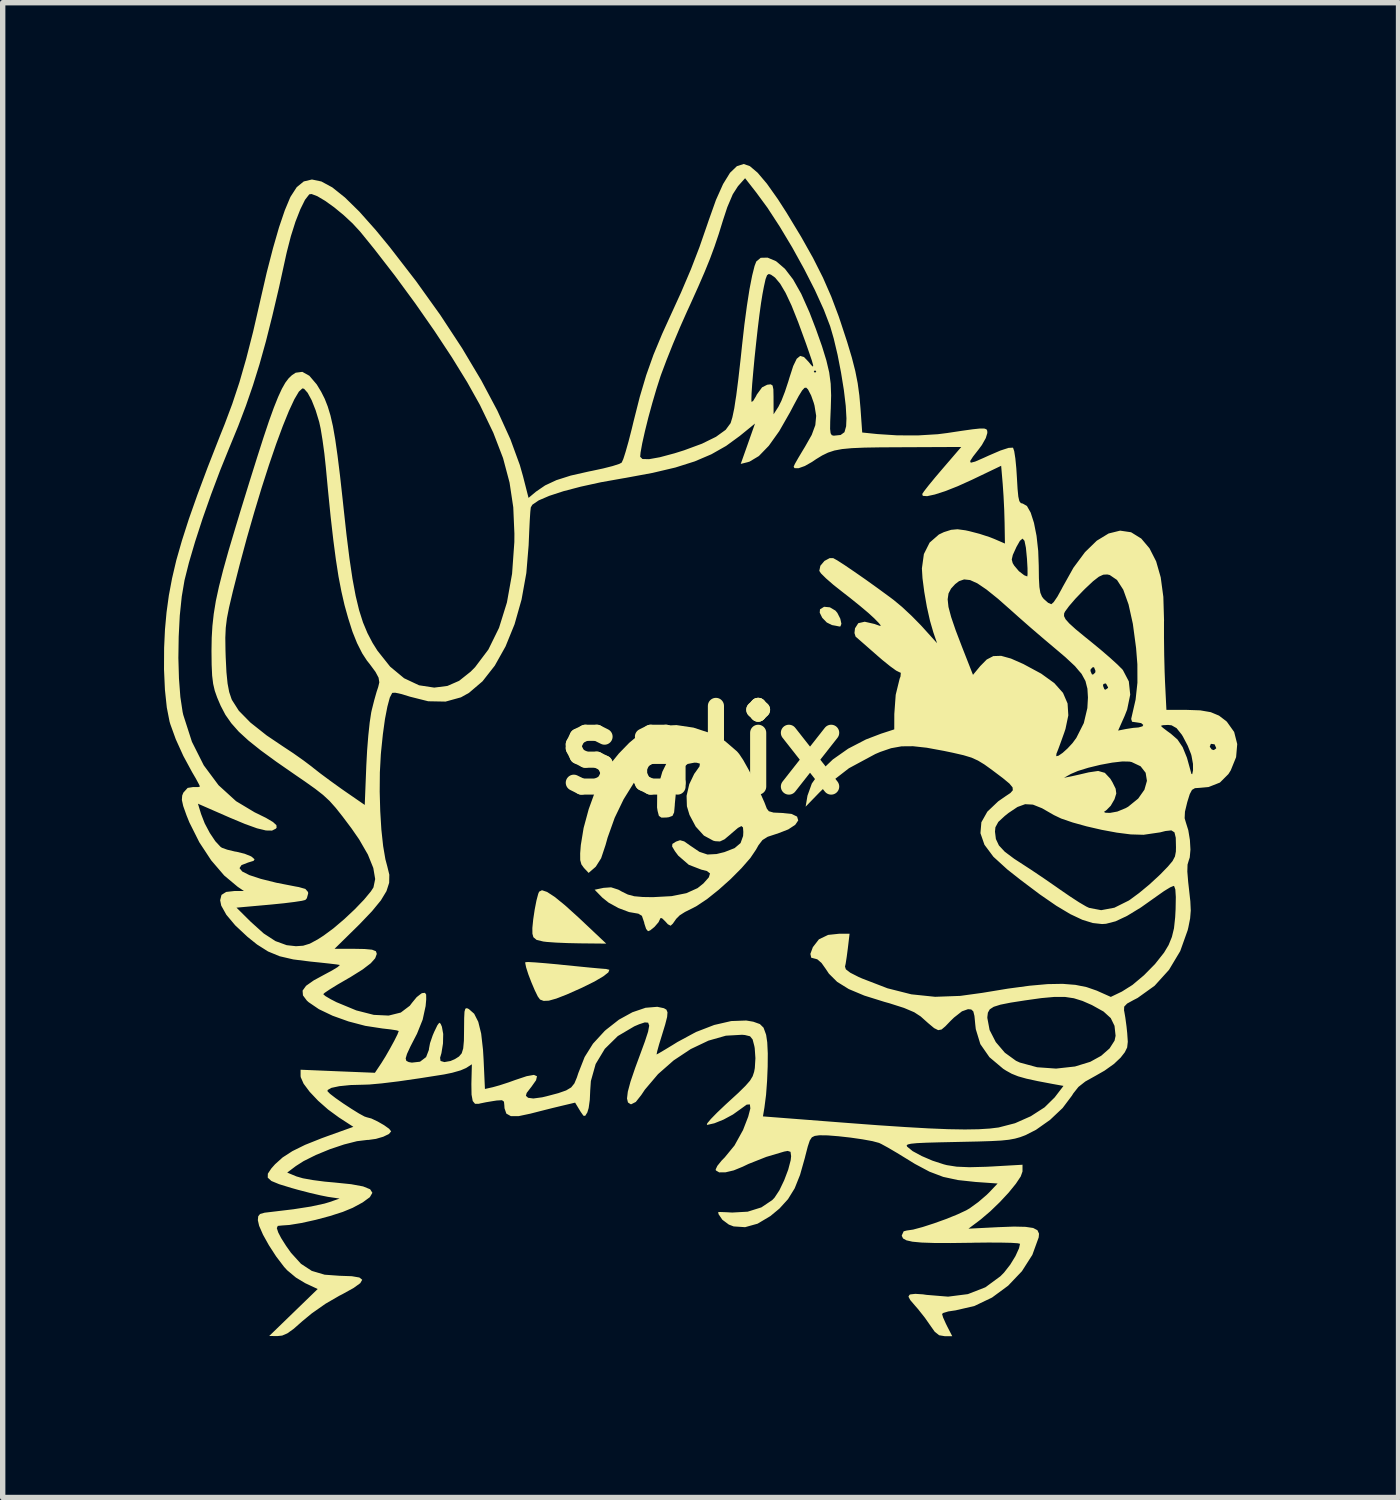
<source format=kicad_pcb>
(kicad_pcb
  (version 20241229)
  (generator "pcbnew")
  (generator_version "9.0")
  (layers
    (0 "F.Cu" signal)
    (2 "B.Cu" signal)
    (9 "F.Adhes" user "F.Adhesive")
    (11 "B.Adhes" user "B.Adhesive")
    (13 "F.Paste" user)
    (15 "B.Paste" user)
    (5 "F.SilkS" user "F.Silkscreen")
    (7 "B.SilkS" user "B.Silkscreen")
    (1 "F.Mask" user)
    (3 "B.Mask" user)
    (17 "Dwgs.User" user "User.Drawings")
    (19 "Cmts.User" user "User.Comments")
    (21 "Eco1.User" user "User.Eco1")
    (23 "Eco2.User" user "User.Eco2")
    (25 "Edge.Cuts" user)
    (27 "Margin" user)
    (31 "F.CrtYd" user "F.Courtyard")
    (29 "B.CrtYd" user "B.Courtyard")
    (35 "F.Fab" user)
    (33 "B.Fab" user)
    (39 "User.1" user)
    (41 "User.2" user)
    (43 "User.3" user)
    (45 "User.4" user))
  (footprint "salix"
    (layer "F.Cu")
    (at 9.978 10.899)
    (property "Reference" "salix" (at 0 0 0) (layer "F.SilkS") (effects (font (size 1.5 1.5) (thickness 0.3))))
    (attr board_only exclude_from_pos_files exclude_from_bom)
    (fp_poly (pts (xy 2.405 -2.655) (xy 2.508 -2.594) (xy 2.544 -2.551) (xy 2.599 -2.442) (xy 2.619 -2.349) (xy 2.601 -2.3) (xy 2.584 -2.298) (xy 2.515 -2.312) (xy 2.443 -2.325) (xy 2.347 -2.373) (xy 2.263 -2.46) (xy 2.216 -2.555) (xy 2.221 -2.617) (xy 2.297 -2.665)) (stroke (width 0) (type solid)) (fill yes) (layer "F.SilkS"))
    (fp_poly (pts (xy -2.854 2.638) (xy -2.713 2.73) (xy -2.52 2.887) (xy -2.272 3.111) (xy -2.222 3.158) (xy -1.754 3.599) (xy -2.245 3.594) (xy -2.473 3.589) (xy -2.687 3.58) (xy -2.856 3.568) (xy -2.924 3.56) (xy -3.049 3.53) (xy -3.109 3.48) (xy -3.127 3.415) (xy -3.128 3.308) (xy -3.112 3.148) (xy -3.085 2.968) (xy -3.052 2.798) (xy -3.019 2.673) (xy -3.002 2.633) (xy -2.949 2.606)) (stroke (width 0) (type solid)) (fill yes) (layer "F.SilkS"))
    (fp_poly (pts (xy -3.079 3.948) (xy -2.892 3.963) (xy -2.662 3.984) (xy -2.538 3.997) (xy -2.287 4.022) (xy -2.065 4.044) (xy -1.89 4.06) (xy -1.782 4.069) (xy -1.759 4.07) (xy -1.696 4.086) (xy -1.715 4.134) (xy -1.808 4.207) (xy -1.971 4.303) (xy -2.197 4.415) (xy -2.225 4.428) (xy -2.488 4.545) (xy -2.683 4.621) (xy -2.822 4.66) (xy -2.919 4.664) (xy -2.985 4.639) (xy -3.027 4.582) (xy -3.083 4.467) (xy -3.145 4.321) (xy -3.203 4.17) (xy -3.244 4.041) (xy -3.261 3.958) (xy -3.257 3.944) (xy -3.206 3.941)) (stroke (width 0) (type solid)) (fill yes) (layer "F.SilkS"))
    (fp_poly (pts (xy -0.132 -0.418) (xy 0.176 -0.317) (xy 0.454 -0.168) (xy 0.678 0.025) (xy 0.718 0.072) (xy 0.794 0.186) (xy 0.892 0.361) (xy 1 0.568) (xy 1.103 0.782) (xy 1.189 0.976) (xy 1.232 1.088) (xy 1.27 1.137) (xy 1.357 1.162) (xy 1.513 1.169) (xy 1.514 1.169) (xy 1.695 1.188) (xy 1.795 1.237) (xy 1.816 1.308) (xy 1.76 1.39) (xy 1.631 1.475) (xy 1.43 1.553) (xy 1.403 1.561) (xy 1.248 1.612) (xy 1.151 1.673) (xy 1.076 1.771) (xy 1.032 1.85) (xy 0.926 2.007) (xy 0.761 2.196) (xy 0.559 2.399) (xy 0.339 2.596) (xy 0.123 2.769) (xy -0.07 2.898) (xy -0.135 2.933) (xy -0.289 3.01) (xy -0.386 3.071) (xy -0.453 3.138) (xy -0.516 3.228) (xy -0.557 3.266) (xy -0.608 3.239) (xy -0.655 3.187) (xy -0.718 3.126) (xy -0.748 3.125) (xy -0.748 3.129) (xy -0.781 3.2) (xy -0.855 3.286) (xy -0.936 3.352) (xy -0.977 3.368) (xy -1.012 3.327) (xy -1.045 3.227) (xy -1.049 3.204) (xy -1.091 3.082) (xy -1.159 3.041) (xy -1.163 3.041) (xy -1.33 3.012) (xy -1.526 2.938) (xy -1.71 2.837) (xy -1.825 2.745) (xy -1.97 2.597) (xy -1.805 2.562) (xy -1.664 2.552) (xy -1.53 2.595) (xy -1.463 2.632) (xy -1.353 2.686) (xy -1.234 2.718) (xy -1.075 2.732) (xy -0.889 2.735) (xy -0.538 2.716) (xy -0.264 2.661) (xy -0.056 2.567) (xy 0.054 2.479) (xy 0.154 2.366) (xy 0.176 2.294) (xy 0.118 2.249) (xy 0.014 2.223) (xy -0.219 2.133) (xy -0.415 1.963) (xy -0.477 1.88) (xy -0.529 1.792) (xy -0.524 1.745) (xy -0.457 1.702) (xy -0.382 1.676) (xy -0.304 1.698) (xy -0.193 1.776) (xy -0.19 1.778) (xy -0.021 1.892) (xy 0.129 1.942) (xy 0.297 1.933) (xy 0.444 1.897) (xy 0.633 1.823) (xy 0.744 1.729) (xy 0.791 1.597) (xy 0.795 1.523) (xy 0.789 1.439) (xy 0.76 1.413) (xy 0.695 1.447) (xy 0.58 1.545) (xy 0.558 1.565) (xy 0.444 1.66) (xy 0.36 1.699) (xy 0.273 1.694) (xy 0.235 1.684) (xy 0.062 1.59) (xy -0.09 1.423) (xy -0.206 1.205) (xy -0.254 1.045) (xy -0.26 0.85) (xy -0.21 0.634) (xy -0.118 0.442) (xy -0.093 0.408) (xy -0.02 0.304) (xy -0.012 0.252) (xy -0.072 0.235) (xy -0.117 0.234) (xy -0.241 0.258) (xy -0.336 0.337) (xy -0.403 0.48) (xy -0.449 0.695) (xy -0.478 0.993) (xy -0.48 1.029) (xy -0.492 1.159) (xy -0.522 1.223) (xy -0.589 1.248) (xy -0.636 1.254) (xy -0.728 1.256) (xy -0.775 1.223) (xy -0.799 1.132) (xy -0.809 1.067) (xy -0.806 0.733) (xy -0.711 0.403) (xy -0.641 0.261) (xy -0.572 0.135) (xy -0.547 0.073) (xy -0.565 0.058) (xy -0.622 0.072) (xy -0.829 0.177) (xy -1.038 0.361) (xy -1.242 0.611) (xy -1.431 0.915) (xy -1.597 1.259) (xy -1.729 1.629) (xy -1.767 1.765) (xy -1.849 2.011) (xy -1.947 2.166) (xy -1.965 2.183) (xy -2.082 2.284) (xy -2.17 2.19) (xy -2.216 2.126) (xy -2.238 2.046) (xy -2.239 1.921) (xy -2.227 1.767) (xy -2.175 1.449) (xy -2.08 1.098) (xy -1.955 0.753) (xy -1.832 0.494) (xy -1.697 0.283) (xy -1.522 0.066) (xy -1.329 -0.133) (xy -1.14 -0.292) (xy -1.012 -0.371) (xy -0.749 -0.451) (xy -0.448 -0.465)) (stroke (width 0) (type solid)) (fill yes) (layer "F.SilkS"))
    (fp_poly (pts (xy 0.917 -10.859) (xy 1.06 -10.738) (xy 1.233 -10.534) (xy 1.437 -10.246) (xy 1.599 -9.994) (xy 1.87 -9.546) (xy 2.092 -9.151) (xy 2.276 -8.786) (xy 2.431 -8.432) (xy 2.568 -8.068) (xy 2.607 -7.952) (xy 2.725 -7.593) (xy 2.813 -7.3) (xy 2.877 -7.05) (xy 2.922 -6.822) (xy 2.953 -6.594) (xy 2.974 -6.356) (xy 3.006 -5.906) (xy 3.287 -5.877) (xy 3.657 -5.853) (xy 4.046 -5.852) (xy 4.411 -5.874) (xy 4.584 -5.896) (xy 4.862 -5.938) (xy 5.061 -5.966) (xy 5.194 -5.98) (xy 5.275 -5.98) (xy 5.316 -5.966) (xy 5.331 -5.938) (xy 5.333 -5.897) (xy 5.304 -5.802) (xy 5.232 -5.674) (xy 5.176 -5.598) (xy 5.066 -5.457) (xy 5.013 -5.374) (xy 5.025 -5.344) (xy 5.106 -5.365) (xy 5.262 -5.433) (xy 5.361 -5.478) (xy 5.577 -5.571) (xy 5.728 -5.62) (xy 5.806 -5.624) (xy 5.812 -5.62) (xy 5.833 -5.558) (xy 5.854 -5.423) (xy 5.872 -5.238) (xy 5.882 -5.08) (xy 5.895 -4.858) (xy 5.909 -4.714) (xy 5.928 -4.63) (xy 5.956 -4.593) (xy 5.992 -4.584) (xy 6.069 -4.54) (xy 6.139 -4.416) (xy 6.2 -4.226) (xy 6.248 -3.984) (xy 6.279 -3.704) (xy 6.289 -3.431) (xy 6.292 -3.195) (xy 6.301 -3.033) (xy 6.319 -2.925) (xy 6.349 -2.854) (xy 6.381 -2.812) (xy 6.463 -2.739) (xy 6.523 -2.713) (xy 6.567 -2.752) (xy 6.637 -2.855) (xy 6.718 -3.002) (xy 6.73 -3.026) (xy 6.934 -3.391) (xy 7.149 -3.681) (xy 7.368 -3.894) (xy 7.588 -4.028) (xy 7.802 -4.081) (xy 8.006 -4.051) (xy 8.195 -3.934) (xy 8.348 -3.753) (xy 8.472 -3.51) (xy 8.557 -3.213) (xy 8.606 -2.85) (xy 8.619 -2.411) (xy 8.618 -2.386) (xy 8.618 -2.091) (xy 8.622 -1.765) (xy 8.63 -1.453) (xy 8.637 -1.275) (xy 8.663 -0.748) (xy 9.03 -0.748) (xy 9.292 -0.739) (xy 9.488 -0.705) (xy 9.641 -0.641) (xy 9.776 -0.538) (xy 9.789 -0.525) (xy 9.923 -0.337) (xy 9.98 -0.112) (xy 9.959 0.132) (xy 9.859 0.378) (xy 9.816 0.446) (xy 9.658 0.604) (xy 9.447 0.687) (xy 9.282 0.702) (xy 9.194 0.708) (xy 9.139 0.74) (xy 9.097 0.819) (xy 9.051 0.967) (xy 9.008 1.145) (xy 9.002 1.267) (xy 9.024 1.343) (xy 9.07 1.49) (xy 9.1 1.672) (xy 9.11 1.852) (xy 9.097 1.997) (xy 9.08 2.048) (xy 9.056 2.129) (xy 9.052 2.259) (xy 9.068 2.454) (xy 9.083 2.586) (xy 9.108 2.813) (xy 9.116 2.983) (xy 9.104 3.131) (xy 9.072 3.293) (xy 9.059 3.348) (xy 8.92 3.738) (xy 8.711 4.087) (xy 8.443 4.383) (xy 8.128 4.609) (xy 8.054 4.647) (xy 7.932 4.714) (xy 7.878 4.771) (xy 7.875 4.841) (xy 7.88 4.864) (xy 7.899 4.975) (xy 7.921 5.138) (xy 7.934 5.262) (xy 7.945 5.424) (xy 7.933 5.531) (xy 7.889 5.62) (xy 7.811 5.72) (xy 7.687 5.837) (xy 7.513 5.961) (xy 7.345 6.057) (xy 7.155 6.163) (xy 7.027 6.264) (xy 6.931 6.385) (xy 6.906 6.426) (xy 6.733 6.656) (xy 6.499 6.877) (xy 6.237 7.062) (xy 6.04 7.162) (xy 5.944 7.198) (xy 5.848 7.225) (xy 5.735 7.246) (xy 5.592 7.261) (xy 5.403 7.271) (xy 5.152 7.279) (xy 4.825 7.286) (xy 4.781 7.287) (xy 4.45 7.294) (xy 4.202 7.301) (xy 4.027 7.309) (xy 3.914 7.32) (xy 3.853 7.334) (xy 3.832 7.352) (xy 3.842 7.375) (xy 3.944 7.458) (xy 4.11 7.548) (xy 4.312 7.635) (xy 4.521 7.703) (xy 4.578 7.718) (xy 4.762 7.747) (xy 5 7.757) (xy 5.308 7.749) (xy 5.408 7.744) (xy 5.987 7.711) (xy 5.987 7.836) (xy 5.954 7.929) (xy 5.863 8.065) (xy 5.729 8.23) (xy 5.565 8.406) (xy 5.387 8.578) (xy 5.208 8.73) (xy 5.169 8.76) (xy 4.982 8.9) (xy 5.533 8.872) (xy 5.829 8.861) (xy 6.043 8.866) (xy 6.185 8.887) (xy 6.265 8.929) (xy 6.294 8.993) (xy 6.288 9.062) (xy 6.17 9.387) (xy 5.976 9.691) (xy 5.72 9.96) (xy 5.42 10.181) (xy 5.092 10.338) (xy 4.751 10.417) (xy 4.748 10.418) (xy 4.607 10.439) (xy 4.514 10.467) (xy 4.491 10.486) (xy 4.51 10.551) (xy 4.56 10.663) (xy 4.585 10.714) (xy 4.68 10.899) (xy 4.539 10.899) (xy 4.437 10.882) (xy 4.354 10.816) (xy 4.279 10.71) (xy 4.172 10.557) (xy 4.042 10.393) (xy 3.993 10.337) (xy 3.899 10.227) (xy 3.866 10.164) (xy 3.885 10.13) (xy 3.903 10.122) (xy 3.994 10.112) (xy 4.134 10.121) (xy 4.201 10.131) (xy 4.603 10.164) (xy 4.971 10.117) (xy 5.297 9.99) (xy 5.576 9.785) (xy 5.644 9.716) (xy 5.758 9.57) (xy 5.856 9.41) (xy 5.922 9.265) (xy 5.941 9.181) (xy 5.896 9.171) (xy 5.773 9.163) (xy 5.584 9.159) (xy 5.346 9.158) (xy 5.071 9.161) (xy 5.05 9.162) (xy 4.655 9.167) (xy 4.344 9.166) (xy 4.109 9.158) (xy 3.94 9.142) (xy 3.829 9.117) (xy 3.766 9.082) (xy 3.743 9.036) (xy 3.742 9.025) (xy 3.777 8.949) (xy 3.835 8.934) (xy 3.953 8.917) (xy 4.131 8.869) (xy 4.344 8.8) (xy 4.567 8.72) (xy 4.774 8.636) (xy 4.94 8.559) (xy 5.005 8.521) (xy 5.165 8.405) (xy 5.32 8.272) (xy 5.37 8.223) (xy 5.524 8.06) (xy 5.113 8.031) (xy 4.787 7.996) (xy 4.513 7.937) (xy 4.257 7.84) (xy 3.985 7.695) (xy 3.834 7.602) (xy 3.651 7.49) (xy 3.486 7.393) (xy 3.363 7.326) (xy 3.319 7.305) (xy 3.196 7.272) (xy 3.009 7.238) (xy 2.788 7.206) (xy 2.563 7.181) (xy 2.363 7.165) (xy 2.219 7.163) (xy 2.201 7.164) (xy 2.123 7.175) (xy 2.07 7.201) (xy 2.031 7.26) (xy 1.994 7.371) (xy 1.947 7.552) (xy 1.941 7.578) (xy 1.85 7.9) (xy 1.75 8.15) (xy 1.626 8.351) (xy 1.467 8.526) (xy 1.298 8.666) (xy 1.061 8.807) (xy 0.828 8.872) (xy 0.615 8.858) (xy 0.526 8.824) (xy 0.405 8.734) (xy 0.335 8.631) (xy 0.327 8.591) (xy 0.37 8.59) (xy 0.479 8.594) (xy 0.589 8.6) (xy 0.876 8.584) (xy 1.131 8.504) (xy 1.332 8.369) (xy 1.375 8.324) (xy 1.466 8.186) (xy 1.555 8) (xy 1.63 7.802) (xy 1.676 7.627) (xy 1.684 7.552) (xy 1.673 7.471) (xy 1.62 7.454) (xy 1.555 7.466) (xy 1.222 7.565) (xy 0.889 7.697) (xy 0.785 7.747) (xy 0.617 7.816) (xy 0.464 7.852) (xy 0.346 7.853) (xy 0.285 7.817) (xy 0.281 7.798) (xy 0.312 7.732) (xy 0.392 7.633) (xy 0.449 7.575) (xy 0.631 7.353) (xy 0.79 7.065) (xy 0.886 6.817) (xy 0.926 6.664) (xy 0.917 6.589) (xy 0.858 6.593) (xy 0.749 6.672) (xy 0.746 6.674) (xy 0.602 6.777) (xy 0.428 6.871) (xy 0.257 6.94) (xy 0.124 6.97) (xy 0.117 6.97) (xy 0.124 6.941) (xy 0.191 6.861) (xy 0.307 6.742) (xy 0.462 6.595) (xy 0.513 6.548) (xy 0.703 6.374) (xy 0.834 6.245) (xy 0.919 6.148) (xy 0.969 6.065) (xy 0.996 5.983) (xy 1.009 5.913) (xy 1.02 5.729) (xy 1.007 5.542) (xy 1 5.504) (xy 0.968 5.381) (xy 0.92 5.322) (xy 0.826 5.299) (xy 0.772 5.294) (xy 0.471 5.311) (xy 0.147 5.403) (xy -0.183 5.56) (xy -0.501 5.771) (xy -0.791 6.026) (xy -1.036 6.315) (xy -1.103 6.415) (xy -1.204 6.543) (xy -1.289 6.586) (xy -1.301 6.585) (xy -1.35 6.553) (xy -1.368 6.479) (xy -1.353 6.353) (xy -1.303 6.166) (xy -1.216 5.91) (xy -1.13 5.677) (xy -1.035 5.418) (xy -0.976 5.237) (xy -0.955 5.124) (xy -0.975 5.069) (xy -1.037 5.064) (xy -1.143 5.099) (xy -1.232 5.137) (xy -1.539 5.318) (xy -1.781 5.556) (xy -1.951 5.838) (xy -2.04 6.155) (xy -2.052 6.329) (xy -2.06 6.505) (xy -2.081 6.656) (xy -2.106 6.739) (xy -2.145 6.801) (xy -2.178 6.8) (xy -2.23 6.726) (xy -2.247 6.698) (xy -2.333 6.556) (xy -2.582 6.615) (xy -2.76 6.658) (xy -2.978 6.713) (xy -3.165 6.761) (xy -3.383 6.807) (xy -3.528 6.807) (xy -3.612 6.76) (xy -3.646 6.66) (xy -3.649 6.609) (xy -3.656 6.538) (xy -3.693 6.511) (xy -3.787 6.516) (xy -3.847 6.525) (xy -3.991 6.549) (xy -4.103 6.572) (xy -4.124 6.578) (xy -4.194 6.578) (xy -4.237 6.526) (xy -4.259 6.407) (xy -4.262 6.21) (xy -4.261 6.166) (xy -4.253 5.843) (xy -4.36 5.912) (xy -4.462 5.956) (xy -4.62 6.001) (xy -4.771 6.032) (xy -5.228 6.104) (xy -5.615 6.16) (xy -5.928 6.198) (xy -6.16 6.219) (xy -6.25 6.222) (xy -6.51 6.229) (xy -6.718 6.25) (xy -6.864 6.281) (xy -6.935 6.321) (xy -6.938 6.344) (xy -6.891 6.392) (xy -6.787 6.472) (xy -6.647 6.57) (xy -6.496 6.669) (xy -6.356 6.756) (xy -6.25 6.814) (xy -6.205 6.829) (xy -6.122 6.851) (xy -6.006 6.906) (xy -5.886 6.975) (xy -5.792 7.042) (xy -5.754 7.09) (xy -5.795 7.139) (xy -5.9 7.19) (xy -6.037 7.23) (xy -6.179 7.25) (xy -6.201 7.25) (xy -6.39 7.273) (xy -6.63 7.334) (xy -6.895 7.423) (xy -7.155 7.53) (xy -7.383 7.644) (xy -7.527 7.736) (xy -7.687 7.857) (xy -7.513 7.929) (xy -7.395 7.963) (xy -7.211 7.996) (xy -6.989 8.025) (xy -6.812 8.041) (xy -6.498 8.073) (xy -6.276 8.114) (xy -6.145 8.167) (xy -6.103 8.233) (xy -6.15 8.314) (xy -6.284 8.412) (xy -6.469 8.512) (xy -6.653 8.588) (xy -6.893 8.665) (xy -7.159 8.736) (xy -7.42 8.794) (xy -7.647 8.831) (xy -7.776 8.84) (xy -7.862 8.848) (xy -7.88 8.89) (xy -7.854 8.97) (xy -7.8 9.074) (xy -7.709 9.218) (xy -7.617 9.348) (xy -7.431 9.553) (xy -7.23 9.685) (xy -6.99 9.756) (xy -6.713 9.776) (xy -6.485 9.784) (xy -6.345 9.808) (xy -6.292 9.85) (xy -6.328 9.913) (xy -6.451 10.002) (xy -6.662 10.119) (xy -6.719 10.148) (xy -6.973 10.295) (xy -7.231 10.476) (xy -7.404 10.619) (xy -7.566 10.762) (xy -7.685 10.847) (xy -7.781 10.888) (xy -7.866 10.897) (xy -8.022 10.896) (xy -7.571 10.459) (xy -7.12 10.022) (xy -7.355 9.912) (xy -7.525 9.809) (xy -7.687 9.674) (xy -7.744 9.612) (xy -7.893 9.416) (xy -8.027 9.209) (xy -8.137 9.012) (xy -8.209 8.847) (xy -8.233 8.742) (xy -8.226 8.669) (xy -8.192 8.627) (xy -8.108 8.603) (xy -7.964 8.586) (xy -7.572 8.539) (xy -7.245 8.488) (xy -6.996 8.434) (xy -6.899 8.405) (xy -6.713 8.34) (xy -6.93 8.308) (xy -7.07 8.28) (xy -7.268 8.234) (xy -7.491 8.176) (xy -7.608 8.143) (xy -7.836 8.073) (xy -7.981 8.013) (xy -8.049 7.951) (xy -8.047 7.877) (xy -7.983 7.781) (xy -7.913 7.702) (xy -7.772 7.575) (xy -7.591 7.458) (xy -7.354 7.341) (xy -7.046 7.218) (xy -6.936 7.178) (xy -6.457 7.006) (xy -6.725 6.832) (xy -6.926 6.685) (xy -7.112 6.521) (xy -7.269 6.355) (xy -7.382 6.204) (xy -7.435 6.084) (xy -7.438 6.062) (xy -7.438 5.944) (xy -6.747 5.973) (xy -6.056 6.001) (xy -5.934 5.818) (xy -5.857 5.694) (xy -5.773 5.547) (xy -5.695 5.404) (xy -5.637 5.288) (xy -5.613 5.225) (xy -5.613 5.224) (xy -5.656 5.211) (xy -5.768 5.194) (xy -5.925 5.176) (xy -5.929 5.175) (xy -6.235 5.128) (xy -6.547 5.046) (xy -6.843 4.94) (xy -7.098 4.818) (xy -7.289 4.688) (xy -7.322 4.658) (xy -7.394 4.562) (xy -7.396 4.539) (xy -7.017 4.539) (xy -6.978 4.574) (xy -6.878 4.633) (xy -6.771 4.688) (xy -6.402 4.841) (xy -6.077 4.924) (xy -5.8 4.937) (xy -5.575 4.881) (xy -5.407 4.754) (xy -5.367 4.701) (xy -5.279 4.594) (xy -5.192 4.526) (xy -5.174 4.519) (xy -5.125 4.514) (xy -5.103 4.547) (xy -5.102 4.636) (xy -5.113 4.76) (xy -5.168 5.013) (xy -5.274 5.277) (xy -5.289 5.305) (xy -5.395 5.511) (xy -5.459 5.649) (xy -5.484 5.733) (xy -5.472 5.779) (xy -5.426 5.802) (xy -5.369 5.812) (xy -5.217 5.795) (xy -5.104 5.709) (xy -5.052 5.574) (xy -5.051 5.555) (xy -5.031 5.45) (xy -4.982 5.307) (xy -4.953 5.239) (xy -4.894 5.117) (xy -4.859 5.07) (xy -4.834 5.089) (xy -4.81 5.145) (xy -4.786 5.279) (xy -4.79 5.457) (xy -4.819 5.636) (xy -4.844 5.721) (xy -4.836 5.781) (xy -4.764 5.802) (xy -4.651 5.782) (xy -4.569 5.747) (xy -4.492 5.698) (xy -4.442 5.639) (xy -4.414 5.548) (xy -4.401 5.405) (xy -4.398 5.19) (xy -4.398 5.179) (xy -4.396 4.983) (xy -4.39 4.865) (xy -4.374 4.809) (xy -4.346 4.799) (xy -4.31 4.815) (xy -4.21 4.903) (xy -4.134 5.053) (xy -4.08 5.272) (xy -4.046 5.571) (xy -4.035 5.752) (xy -4.01 6.302) (xy -3.863 6.269) (xy -3.738 6.234) (xy -3.569 6.179) (xy -3.447 6.135) (xy -3.234 6.064) (xy -3.099 6.04) (xy -3.042 6.065) (xy -3.059 6.139) (xy -3.148 6.265) (xy -3.161 6.281) (xy -3.234 6.376) (xy -3.248 6.429) (xy -3.208 6.465) (xy -3.207 6.466) (xy -3.11 6.479) (xy -2.946 6.457) (xy -2.865 6.438) (xy -2.646 6.38) (xy -2.5 6.329) (xy -2.406 6.273) (xy -2.346 6.198) (xy -2.3 6.088) (xy -2.273 6.006) (xy -2.156 5.708) (xy -2.001 5.46) (xy -1.784 5.224) (xy -1.758 5.201) (xy -1.518 5.013) (xy -1.267 4.875) (xy -1.023 4.792) (xy -0.805 4.774) (xy -0.682 4.8) (xy -0.635 4.827) (xy -0.615 4.876) (xy -0.622 4.963) (xy -0.658 5.104) (xy -0.72 5.307) (xy -0.771 5.472) (xy -0.805 5.595) (xy -0.818 5.657) (xy -0.817 5.66) (xy -0.774 5.637) (xy -0.669 5.575) (xy -0.522 5.486) (xy -0.43 5.429) (xy -0.086 5.243) (xy 0.253 5.112) (xy 0.57 5.039) (xy 0.85 5.029) (xy 0.98 5.051) (xy 1.103 5.095) (xy 1.171 5.162) (xy 1.216 5.285) (xy 1.22 5.299) (xy 1.24 5.435) (xy 1.25 5.64) (xy 1.248 5.887) (xy 1.237 6.152) (xy 1.218 6.41) (xy 1.189 6.636) (xy 1.188 6.645) (xy 1.16 6.812) (xy 2.697 6.931) (xy 3.294 6.976) (xy 3.806 7.01) (xy 4.242 7.035) (xy 4.609 7.05) (xy 4.915 7.055) (xy 5.169 7.051) (xy 5.378 7.038) (xy 5.543 7.018) (xy 5.848 6.939) (xy 6.141 6.809) (xy 6.397 6.644) (xy 6.586 6.458) (xy 6.588 6.455) (xy 6.749 6.245) (xy 6.544 6.208) (xy 6.265 6.155) (xy 6.059 6.11) (xy 5.906 6.067) (xy 5.786 6.019) (xy 5.68 5.96) (xy 5.627 5.926) (xy 5.372 5.711) (xy 5.203 5.468) (xy 5.118 5.189) (xy 5.108 5.099) (xy 5.097 4.982) (xy 5.333 4.982) (xy 5.375 5.206) (xy 5.49 5.43) (xy 5.659 5.628) (xy 5.866 5.778) (xy 5.938 5.811) (xy 6.258 5.898) (xy 6.611 5.923) (xy 6.963 5.884) (xy 7.247 5.797) (xy 7.45 5.685) (xy 7.606 5.548) (xy 7.699 5.403) (xy 7.718 5.313) (xy 7.698 5.128) (xy 7.628 4.984) (xy 7.494 4.862) (xy 7.282 4.744) (xy 7.281 4.743) (xy 7.103 4.665) (xy 6.942 4.615) (xy 6.775 4.59) (xy 6.581 4.59) (xy 6.338 4.612) (xy 6.039 4.654) (xy 5.768 4.696) (xy 5.577 4.734) (xy 5.451 4.774) (xy 5.378 4.821) (xy 5.343 4.883) (xy 5.333 4.965) (xy 5.333 4.982) (xy 5.097 4.982) (xy 5.093 4.943) (xy 5.072 4.859) (xy 5.034 4.824) (xy 4.974 4.818) (xy 4.861 4.858) (xy 4.713 4.974) (xy 4.651 5.034) (xy 4.552 5.137) (xy 4.482 5.196) (xy 4.419 5.208) (xy 4.343 5.17) (xy 4.234 5.079) (xy 4.093 4.953) (xy 3.973 4.875) (xy 3.784 4.795) (xy 3.515 4.709) (xy 3.415 4.681) (xy 3.044 4.565) (xy 2.756 4.444) (xy 2.54 4.31) (xy 2.387 4.158) (xy 2.329 4.071) (xy 2.249 3.958) (xy 2.171 3.891) (xy 2.143 3.883) (xy 2.058 3.861) (xy 2.042 3.79) (xy 2.088 3.665) (xy 2.201 3.519) (xy 2.372 3.437) (xy 2.58 3.415) (xy 2.771 3.415) (xy 2.739 3.684) (xy 2.718 3.844) (xy 2.698 3.973) (xy 2.686 4.026) (xy 2.702 4.077) (xy 2.784 4.14) (xy 2.941 4.22) (xy 3.005 4.248) (xy 3.477 4.43) (xy 3.92 4.542) (xy 4.362 4.588) (xy 4.829 4.571) (xy 5.236 4.515) (xy 5.716 4.436) (xy 6.117 4.382) (xy 6.452 4.352) (xy 6.733 4.347) (xy 6.972 4.366) (xy 7.18 4.408) (xy 7.37 4.474) (xy 7.405 4.49) (xy 7.629 4.59) (xy 7.835 4.491) (xy 8.032 4.367) (xy 8.246 4.187) (xy 8.451 3.979) (xy 8.619 3.767) (xy 8.704 3.625) (xy 8.765 3.475) (xy 8.804 3.314) (xy 8.826 3.109) (xy 8.834 2.959) (xy 8.838 2.732) (xy 8.829 2.591) (xy 8.807 2.53) (xy 8.797 2.526) (xy 8.734 2.552) (xy 8.622 2.62) (xy 8.5 2.706) (xy 8.188 2.927) (xy 7.93 3.084) (xy 7.718 3.184) (xy 7.54 3.23) (xy 7.466 3.235) (xy 7.294 3.216) (xy 7.1 3.156) (xy 6.877 3.051) (xy 6.616 2.895) (xy 6.31 2.684) (xy 5.951 2.414) (xy 5.705 2.22) (xy 5.446 1.984) (xy 5.279 1.76) (xy 5.205 1.546) (xy 5.207 1.516) (xy 5.475 1.516) (xy 5.492 1.654) (xy 5.548 1.773) (xy 5.657 1.89) (xy 5.832 2.021) (xy 5.943 2.093) (xy 6.146 2.225) (xy 6.384 2.385) (xy 6.614 2.544) (xy 6.688 2.596) (xy 6.87 2.721) (xy 7.039 2.831) (xy 7.172 2.909) (xy 7.225 2.934) (xy 7.45 2.977) (xy 7.696 2.931) (xy 7.965 2.797) (xy 7.991 2.779) (xy 8.155 2.658) (xy 8.346 2.5) (xy 8.525 2.335) (xy 8.549 2.312) (xy 8.69 2.167) (xy 8.777 2.064) (xy 8.822 1.978) (xy 8.839 1.888) (xy 8.841 1.809) (xy 8.837 1.63) (xy 8.813 1.53) (xy 8.755 1.493) (xy 8.645 1.505) (xy 8.546 1.53) (xy 8.238 1.575) (xy 7.999 1.568) (xy 7.741 1.535) (xy 7.46 1.483) (xy 7.178 1.418) (xy 6.919 1.346) (xy 6.706 1.273) (xy 6.57 1.208) (xy 6.351 1.082) (xy 6.181 1.014) (xy 6.036 1.006) (xy 5.893 1.058) (xy 5.726 1.17) (xy 5.657 1.225) (xy 5.537 1.336) (xy 5.483 1.435) (xy 5.475 1.516) (xy 5.207 1.516) (xy 5.222 1.342) (xy 5.333 1.145) (xy 5.535 0.953) (xy 5.675 0.856) (xy 5.762 0.798) (xy 5.807 0.747) (xy 5.802 0.693) (xy 5.743 0.622) (xy 5.621 0.521) (xy 5.613 0.515) (xy 6.759 0.515) (xy 6.9 0.487) (xy 7.043 0.455) (xy 7.205 0.417) (xy 7.218 0.414) (xy 7.394 0.388) (xy 7.518 0.423) (xy 7.619 0.531) (xy 7.659 0.597) (xy 7.719 0.718) (xy 7.731 0.807) (xy 7.699 0.91) (xy 7.695 0.919) (xy 7.627 1.036) (xy 7.549 1.115) (xy 7.547 1.117) (xy 7.501 1.15) (xy 7.53 1.165) (xy 7.614 1.168) (xy 7.751 1.143) (xy 7.906 1.079) (xy 7.952 1.053) (xy 8.138 0.902) (xy 8.254 0.737) (xy 8.301 0.572) (xy 8.277 0.422) (xy 8.183 0.301) (xy 8.018 0.223) (xy 7.977 0.214) (xy 7.846 0.211) (xy 7.655 0.233) (xy 7.434 0.274) (xy 7.212 0.328) (xy 7.017 0.388) (xy 6.886 0.444) (xy 6.759 0.515) (xy 5.613 0.515) (xy 5.431 0.378) (xy 5.421 0.37) (xy 5.279 0.268) (xy 5.159 0.195) (xy 5.038 0.14) (xy 4.889 0.095) (xy 4.689 0.049) (xy 4.526 0.015) (xy 4.206 -0.044) (xy 3.951 -0.072) (xy 3.738 -0.07) (xy 3.543 -0.035) (xy 3.342 0.034) (xy 3.25 0.073) (xy 2.76 0.337) (xy 2.334 0.667) (xy 2.213 0.785) (xy 1.954 1.052) (xy 1.988 0.848) (xy 2.069 0.622) (xy 2.23 0.394) (xy 2.46 0.174) (xy 2.746 -0.027) (xy 3.076 -0.198) (xy 3.356 -0.305) (xy 3.602 -0.385) (xy 3.603 -0.672) (xy 3.629 -1.029) (xy 3.702 -1.327) (xy 3.718 -1.368) (xy 3.724 -1.437) (xy 3.694 -1.45) (xy 3.636 -1.479) (xy 3.527 -1.558) (xy 3.384 -1.673) (xy 3.28 -1.763) (xy 3.126 -1.898) (xy 2.996 -2.012) (xy 2.909 -2.088) (xy 2.883 -2.11) (xy 2.862 -2.177) (xy 2.872 -2.265) (xy 2.933 -2.36) (xy 3.053 -2.387) (xy 3.236 -2.345) (xy 3.26 -2.336) (xy 3.335 -2.31) (xy 3.353 -2.316) (xy 3.312 -2.366) (xy 3.228 -2.452) (xy 3.121 -2.55) (xy 2.963 -2.683) (xy 2.778 -2.832) (xy 2.643 -2.937) (xy 2.473 -3.071) (xy 2.333 -3.193) (xy 2.239 -3.286) (xy 2.208 -3.333) (xy 2.228 -3.428) (xy 2.304 -3.518) (xy 2.401 -3.57) (xy 2.466 -3.57) (xy 2.541 -3.529) (xy 2.676 -3.442) (xy 2.857 -3.319) (xy 3.07 -3.171) (xy 3.3 -3.006) (xy 3.532 -2.836) (xy 3.593 -2.79) (xy 3.747 -2.662) (xy 3.926 -2.495) (xy 4.096 -2.322) (xy 4.12 -2.296) (xy 4.398 -1.988) (xy 4.329 -2.189) (xy 4.267 -2.403) (xy 4.208 -2.666) (xy 4.184 -2.804) (xy 4.595 -2.804) (xy 4.61 -2.662) (xy 4.66 -2.474) (xy 4.744 -2.228) (xy 4.865 -1.911) (xy 4.877 -1.881) (xy 5.066 -1.399) (xy 5.2 -1.561) (xy 5.321 -1.684) (xy 5.444 -1.748) (xy 5.589 -1.753) (xy 5.773 -1.702) (xy 6.002 -1.601) (xy 6.334 -1.422) (xy 6.578 -1.246) (xy 6.74 -1.064) (xy 6.825 -0.867) (xy 6.839 -0.646) (xy 6.786 -0.393) (xy 6.764 -0.327) (xy 6.704 -0.159) (xy 6.651 -0.015) (xy 6.618 0.068) (xy 6.614 0.114) (xy 6.657 0.104) (xy 6.733 0.052) (xy 6.824 -0.03) (xy 6.916 -0.129) (xy 6.988 -0.227) (xy 7.127 -0.502) (xy 7.193 -0.781) (xy 7.204 -0.978) (xy 7.194 -1.143) (xy 7.18 -1.196) (xy 7.484 -1.196) (xy 7.509 -1.132) (xy 7.531 -1.123) (xy 7.577 -1.156) (xy 7.578 -1.167) (xy 7.544 -1.23) (xy 7.531 -1.24) (xy 7.491 -1.229) (xy 7.484 -1.196) (xy 7.18 -1.196) (xy 7.158 -1.284) (xy 7.085 -1.418) (xy 7.037 -1.473) (xy 7.25 -1.473) (xy 7.276 -1.411) (xy 7.297 -1.403) (xy 7.339 -1.441) (xy 7.344 -1.473) (xy 7.319 -1.536) (xy 7.297 -1.544) (xy 7.256 -1.506) (xy 7.25 -1.473) (xy 7.037 -1.473) (xy 6.963 -1.561) (xy 6.784 -1.728) (xy 6.612 -1.874) (xy 6.388 -2.063) (xy 6.136 -2.279) (xy 5.897 -2.489) (xy 5.894 -2.492) (xy 6.759 -2.492) (xy 6.787 -2.434) (xy 6.856 -2.356) (xy 6.975 -2.248) (xy 7.156 -2.099) (xy 7.237 -2.034) (xy 7.433 -1.873) (xy 7.611 -1.72) (xy 7.754 -1.59) (xy 7.845 -1.499) (xy 7.854 -1.488) (xy 7.964 -1.278) (xy 7.99 -1.031) (xy 7.933 -0.754) (xy 7.887 -0.637) (xy 7.765 -0.363) (xy 7.911 -0.392) (xy 8.044 -0.413) (xy 8.145 -0.421) (xy 8.218 -0.442) (xy 8.223 -0.451) (xy 8.56 -0.451) (xy 8.595 -0.417) (xy 8.684 -0.349) (xy 8.745 -0.305) (xy 8.869 -0.197) (xy 8.965 -0.055) (xy 9.045 0.142) (xy 9.103 0.351) (xy 9.128 0.443) (xy 9.143 0.448) (xy 9.158 0.376) (xy 9.157 0.256) (xy 9.13 0.107) (xy 9.122 0.077) (xy 9.067 -0.062) (xy 9.469 -0.062) (xy 9.506 -0.011) (xy 9.545 0) (xy 9.588 -0.031) (xy 9.589 -0.039) (xy 9.559 -0.107) (xy 9.495 -0.116) (xy 9.488 -0.112) (xy 9.469 -0.062) (xy 9.067 -0.062) (xy 9.058 -0.084) (xy 8.97 -0.252) (xy 8.948 -0.288) (xy 8.852 -0.408) (xy 8.759 -0.461) (xy 8.694 -0.468) (xy 8.598 -0.463) (xy 8.56 -0.451) (xy 8.223 -0.451) (xy 8.233 -0.468) (xy 8.193 -0.502) (xy 8.11 -0.515) (xy 8.024 -0.527) (xy 8.008 -0.579) (xy 8.017 -0.62) (xy 8.09 -0.938) (xy 8.124 -1.253) (xy 8.123 -1.597) (xy 8.099 -1.899) (xy 8.039 -2.348) (xy 7.959 -2.709) (xy 7.861 -2.982) (xy 7.744 -3.164) (xy 7.609 -3.256) (xy 7.563 -3.266) (xy 7.489 -3.262) (xy 7.407 -3.224) (xy 7.3 -3.141) (xy 7.152 -3.002) (xy 7.112 -2.962) (xy 6.969 -2.813) (xy 6.852 -2.677) (xy 6.777 -2.575) (xy 6.761 -2.541) (xy 6.759 -2.492) (xy 5.894 -2.492) (xy 5.8 -2.576) (xy 5.532 -2.813) (xy 5.317 -2.986) (xy 5.147 -3.101) (xy 5.012 -3.162) (xy 4.901 -3.174) (xy 4.806 -3.141) (xy 4.734 -3.086) (xy 4.658 -3.003) (xy 4.611 -2.913) (xy 4.595 -2.804) (xy 4.184 -2.804) (xy 4.16 -2.943) (xy 4.127 -3.197) (xy 4.116 -3.378) (xy 4.139 -3.545) (xy 5.787 -3.545) (xy 5.804 -3.478) (xy 5.833 -3.43) (xy 5.92 -3.327) (xy 6.019 -3.251) (xy 6.076 -3.229) (xy 6.081 -3.271) (xy 6.08 -3.382) (xy 6.071 -3.54) (xy 6.071 -3.549) (xy 6.05 -3.765) (xy 6.024 -3.892) (xy 5.988 -3.933) (xy 5.939 -3.892) (xy 5.872 -3.774) (xy 5.868 -3.764) (xy 5.807 -3.63) (xy 5.787 -3.545) (xy 4.139 -3.545) (xy 4.153 -3.646) (xy 4.26 -3.859) (xy 4.432 -4.009) (xy 4.524 -4.053) (xy 4.659 -4.096) (xy 4.778 -4.107) (xy 4.926 -4.087) (xy 4.995 -4.072) (xy 5.187 -4.022) (xy 5.377 -3.96) (xy 5.461 -3.927) (xy 5.66 -3.841) (xy 5.654 -4.224) (xy 5.647 -4.466) (xy 5.634 -4.727) (xy 5.619 -4.947) (xy 5.59 -5.287) (xy 5.043 -5.025) (xy 4.782 -4.907) (xy 4.549 -4.815) (xy 4.356 -4.753) (xy 4.213 -4.722) (xy 4.133 -4.728) (xy 4.122 -4.762) (xy 4.158 -4.816) (xy 4.243 -4.925) (xy 4.363 -5.071) (xy 4.494 -5.225) (xy 4.848 -5.637) (xy 3.722 -5.632) (xy 3.344 -5.63) (xy 3.046 -5.625) (xy 2.813 -5.615) (xy 2.632 -5.598) (xy 2.489 -5.571) (xy 2.37 -5.532) (xy 2.261 -5.479) (xy 2.148 -5.41) (xy 2.073 -5.359) (xy 1.939 -5.283) (xy 1.823 -5.242) (xy 1.747 -5.243) (xy 1.731 -5.27) (xy 1.754 -5.322) (xy 1.816 -5.431) (xy 1.905 -5.58) (xy 1.941 -5.639) (xy 2.067 -5.861) (xy 2.134 -6.043) (xy 2.15 -6.215) (xy 2.119 -6.406) (xy 2.105 -6.457) (xy 2.056 -6.595) (xy 1.999 -6.705) (xy 1.995 -6.71) (xy 1.965 -6.74) (xy 1.933 -6.736) (xy 1.888 -6.687) (xy 1.824 -6.583) (xy 1.732 -6.412) (xy 1.663 -6.281) (xy 1.463 -5.931) (xy 1.269 -5.659) (xy 1.084 -5.468) (xy 0.912 -5.365) (xy 0.876 -5.354) (xy 0.747 -5.322) (xy 0.88 -5.697) (xy 1.012 -6.072) (xy 0.728 -5.841) (xy 0.476 -5.657) (xy 0.201 -5.501) (xy -0.108 -5.369) (xy -0.468 -5.255) (xy -0.892 -5.155) (xy -1.394 -5.062) (xy -1.437 -5.055) (xy -1.853 -4.981) (xy -2.227 -4.899) (xy -2.551 -4.814) (xy -2.814 -4.728) (xy -3.009 -4.644) (xy -3.127 -4.564) (xy -3.157 -4.514) (xy -3.166 -4.433) (xy -3.176 -4.28) (xy -3.186 -4.076) (xy -3.196 -3.841) (xy -3.197 -3.812) (xy -3.24 -3.293) (xy -3.329 -2.799) (xy -3.459 -2.34) (xy -3.627 -1.927) (xy -3.827 -1.57) (xy -4.055 -1.279) (xy -4.307 -1.064) (xy -4.456 -0.981) (xy -4.742 -0.902) (xy -5.065 -0.908) (xy -5.403 -0.993) (xy -5.558 -1.041) (xy -5.677 -1.067) (xy -5.734 -1.064) (xy -5.779 -0.977) (xy -5.824 -0.809) (xy -5.869 -0.577) (xy -5.908 -0.294) (xy -5.941 0.026) (xy -5.946 0.082) (xy -5.964 0.416) (xy -5.967 0.774) (xy -5.957 1.135) (xy -5.936 1.478) (xy -5.903 1.784) (xy -5.861 2.031) (xy -5.827 2.158) (xy -5.788 2.317) (xy -5.791 2.468) (xy -5.841 2.623) (xy -5.945 2.795) (xy -6.11 2.996) (xy -6.341 3.238) (xy -6.413 3.309) (xy -6.806 3.695) (xy -6.471 3.695) (xy -6.249 3.699) (xy -6.109 3.712) (xy -6.037 3.741) (xy -6.021 3.79) (xy -6.049 3.866) (xy -6.054 3.875) (xy -6.133 3.964) (xy -6.286 4.081) (xy -6.505 4.218) (xy -6.567 4.254) (xy -6.748 4.359) (xy -6.894 4.449) (xy -6.989 4.513) (xy -7.017 4.539) (xy -7.396 4.539) (xy -7.401 4.473) (xy -7.336 4.383) (xy -7.194 4.283) (xy -7.003 4.179) (xy -6.854 4.099) (xy -6.75 4.036) (xy -6.709 3.999) (xy -6.713 3.995) (xy -6.776 3.985) (xy -6.911 3.969) (xy -7.096 3.949) (xy -7.253 3.933) (xy -7.573 3.893) (xy -7.827 3.834) (xy -8.043 3.745) (xy -8.247 3.616) (xy -8.422 3.476) (xy -8.653 3.26) (xy -8.819 3.062) (xy -8.914 2.892) (xy -8.934 2.792) (xy -8.909 2.693) (xy -8.823 2.638) (xy -8.663 2.62) (xy -8.64 2.62) (xy -8.493 2.62) (xy -8.608 2.542) (xy -8.858 2.333) (xy -9.1 2.051) (xy -9.321 1.715) (xy -9.506 1.346) (xy -9.56 1.212) (xy -9.621 1.04) (xy -9.646 0.927) (xy -9.64 0.846) (xy -9.618 0.791) (xy -9.538 0.703) (xy -9.434 0.687) (xy -9.342 0.688) (xy -9.309 0.677) (xy -9.331 0.631) (xy -9.387 0.527) (xy -9.455 0.411) (xy -9.619 0.108) (xy -9.759 -0.201) (xy -9.86 -0.48) (xy -9.875 -0.531) (xy -9.926 -0.792) (xy -9.961 -1.122) (xy -9.978 -1.5) (xy -9.977 -1.713) (xy -9.711 -1.713) (xy -9.7 -1.331) (xy -9.674 -0.988) (xy -9.632 -0.709) (xy -9.62 -0.655) (xy -9.459 -0.155) (xy -9.239 0.283) (xy -8.964 0.653) (xy -8.638 0.95) (xy -8.293 1.157) (xy -8.083 1.26) (xy -7.951 1.338) (xy -7.888 1.396) (xy -7.884 1.443) (xy -7.898 1.461) (xy -7.969 1.497) (xy -8.082 1.495) (xy -8.248 1.455) (xy -8.475 1.373) (xy -8.755 1.256) (xy -9.347 0.997) (xy -9.289 1.188) (xy -9.221 1.363) (xy -9.126 1.542) (xy -9.023 1.696) (xy -8.927 1.799) (xy -8.9 1.817) (xy -8.802 1.852) (xy -8.661 1.886) (xy -8.623 1.892) (xy -8.478 1.928) (xy -8.362 1.975) (xy -8.343 1.987) (xy -8.294 2.031) (xy -8.313 2.06) (xy -8.411 2.09) (xy -8.412 2.09) (xy -8.537 2.139) (xy -8.574 2.195) (xy -8.523 2.258) (xy -8.39 2.325) (xy -8.177 2.395) (xy -7.888 2.467) (xy -7.525 2.538) (xy -7.473 2.547) (xy -7.349 2.582) (xy -7.3 2.639) (xy -7.297 2.666) (xy -7.322 2.756) (xy -7.35 2.787) (xy -7.414 2.803) (xy -7.552 2.824) (xy -7.745 2.848) (xy -7.974 2.871) (xy -8.016 2.875) (xy -8.63 2.93) (xy -8.366 3.192) (xy -8.124 3.41) (xy -7.906 3.552) (xy -7.697 3.628) (xy -7.525 3.647) (xy -7.391 3.638) (xy -7.267 3.6) (xy -7.122 3.522) (xy -7.01 3.45) (xy -6.826 3.314) (xy -6.626 3.144) (xy -6.431 2.961) (xy -6.259 2.782) (xy -6.131 2.628) (xy -6.083 2.554) (xy -6.051 2.398) (xy -6.086 2.192) (xy -6.187 1.942) (xy -6.35 1.66) (xy -6.492 1.455) (xy -6.655 1.238) (xy -6.784 1.075) (xy -6.899 0.946) (xy -7.02 0.834) (xy -7.166 0.72) (xy -7.356 0.585) (xy -7.531 0.465) (xy -7.89 0.216) (xy -8.179 0.005) (xy -8.408 -0.178) (xy -8.587 -0.342) (xy -8.726 -0.499) (xy -8.836 -0.656) (xy -8.925 -0.826) (xy -8.989 -0.976) (xy -9.034 -1.103) (xy -9.064 -1.232) (xy -9.083 -1.385) (xy -9.092 -1.585) (xy -9.095 -1.848) (xy -9.091 -2.084) (xy -9.091 -2.088) (xy -8.838 -2.088) (xy -8.835 -1.864) (xy -8.831 -1.731) (xy -8.817 -1.448) (xy -8.796 -1.238) (xy -8.766 -1.08) (xy -8.723 -0.952) (xy -8.715 -0.933) (xy -8.587 -0.732) (xy -8.371 -0.512) (xy -8.068 -0.272) (xy -7.765 -0.068) (xy -7.573 0.059) (xy -7.382 0.194) (xy -7.228 0.31) (xy -7.204 0.33) (xy -7.067 0.437) (xy -6.885 0.572) (xy -6.689 0.713) (xy -6.619 0.762) (xy -6.245 1.02) (xy -6.216 0.288) (xy -6.201 0.007) (xy -6.179 -0.269) (xy -6.153 -0.513) (xy -6.125 -0.698) (xy -6.114 -0.748) (xy -6.069 -0.926) (xy -6.025 -1.082) (xy -5.995 -1.172) (xy -5.974 -1.26) (xy -5.988 -1.347) (xy -6.045 -1.454) (xy -6.155 -1.603) (xy -6.202 -1.661) (xy -6.292 -1.799) (xy -6.388 -1.989) (xy -6.47 -2.193) (xy -6.479 -2.219) (xy -6.554 -2.456) (xy -6.621 -2.696) (xy -6.679 -2.949) (xy -6.733 -3.228) (xy -6.782 -3.544) (xy -6.83 -3.91) (xy -6.879 -4.337) (xy -6.929 -4.837) (xy -6.969 -5.262) (xy -6.996 -5.515) (xy -7.03 -5.764) (xy -7.065 -5.978) (xy -7.092 -6.102) (xy -7.158 -6.319) (xy -7.232 -6.506) (xy -7.307 -6.644) (xy -7.373 -6.719) (xy -7.405 -6.726) (xy -7.47 -6.666) (xy -7.554 -6.524) (xy -7.655 -6.307) (xy -7.769 -6.026) (xy -7.894 -5.688) (xy -8.026 -5.302) (xy -8.163 -4.876) (xy -8.301 -4.419) (xy -8.439 -3.939) (xy -8.572 -3.445) (xy -8.699 -2.946) (xy -8.706 -2.916) (xy -8.768 -2.654) (xy -8.808 -2.451) (xy -8.83 -2.273) (xy -8.838 -2.088) (xy -9.091 -2.088) (xy -9.078 -2.308) (xy -9.053 -2.534) (xy -9.014 -2.774) (xy -8.956 -3.041) (xy -8.878 -3.349) (xy -8.777 -3.711) (xy -8.649 -4.14) (xy -8.557 -4.444) (xy -8.392 -4.979) (xy -8.25 -5.432) (xy -8.129 -5.81) (xy -8.025 -6.121) (xy -7.935 -6.37) (xy -7.856 -6.567) (xy -7.786 -6.719) (xy -7.722 -6.832) (xy -7.66 -6.914) (xy -7.598 -6.973) (xy -7.532 -7.016) (xy -7.528 -7.018) (xy -7.406 -7.034) (xy -7.275 -6.961) (xy -7.138 -6.8) (xy -7.055 -6.663) (xy -6.989 -6.532) (xy -6.933 -6.389) (xy -6.883 -6.224) (xy -6.837 -6.024) (xy -6.794 -5.778) (xy -6.751 -5.475) (xy -6.705 -5.104) (xy -6.655 -4.653) (xy -6.643 -4.54) (xy -6.585 -4.009) (xy -6.529 -3.561) (xy -6.473 -3.184) (xy -6.414 -2.868) (xy -6.35 -2.602) (xy -6.278 -2.375) (xy -6.195 -2.176) (xy -6.1 -1.994) (xy -6.009 -1.849) (xy -5.773 -1.552) (xy -5.513 -1.336) (xy -5.235 -1.205) (xy -4.953 -1.162) (xy -4.708 -1.193) (xy -4.49 -1.288) (xy -4.275 -1.459) (xy -4.193 -1.542) (xy -3.946 -1.87) (xy -3.748 -2.273) (xy -3.601 -2.745) (xy -3.505 -3.28) (xy -3.463 -3.87) (xy -3.462 -4.026) (xy -3.483 -4.515) (xy -3.552 -4.975) (xy -3.673 -5.43) (xy -3.854 -5.901) (xy -4.099 -6.41) (xy -4.11 -6.431) (xy -4.34 -6.842) (xy -4.624 -7.303) (xy -4.95 -7.797) (xy -5.307 -8.309) (xy -5.683 -8.821) (xy -6.067 -9.317) (xy -6.33 -9.641) (xy -6.472 -9.795) (xy -6.639 -9.95) (xy -6.814 -10.094) (xy -6.983 -10.215) (xy -7.128 -10.301) (xy -7.234 -10.341) (xy -7.277 -10.335) (xy -7.356 -10.233) (xy -7.443 -10.057) (xy -7.534 -9.825) (xy -7.619 -9.556) (xy -7.693 -9.268) (xy -7.704 -9.221) (xy -7.838 -8.609) (xy -7.964 -8.074) (xy -8.083 -7.601) (xy -8.202 -7.175) (xy -8.325 -6.78) (xy -8.455 -6.403) (xy -8.598 -6.026) (xy -8.758 -5.636) (xy -8.76 -5.632) (xy -8.932 -5.207) (xy -9.101 -4.758) (xy -9.26 -4.307) (xy -9.4 -3.875) (xy -9.515 -3.484) (xy -9.597 -3.157) (xy -9.648 -2.856) (xy -9.685 -2.499) (xy -9.705 -2.11) (xy -9.711 -1.713) (xy -9.977 -1.713) (xy -9.976 -1.902) (xy -9.96 -2.244) (xy -9.931 -2.562) (xy -9.888 -2.876) (xy -9.828 -3.195) (xy -9.749 -3.532) (xy -9.645 -3.895) (xy -9.516 -4.297) (xy -9.357 -4.748) (xy -9.166 -5.259) (xy -8.939 -5.839) (xy -8.851 -6.058) (xy -8.709 -6.437) (xy -8.576 -6.838) (xy -8.449 -7.28) (xy -8.321 -7.78) (xy -8.189 -8.354) (xy -8.185 -8.373) (xy -8.068 -8.881) (xy -7.951 -9.334) (xy -7.839 -9.722) (xy -7.732 -10.037) (xy -7.635 -10.269) (xy -7.624 -10.292) (xy -7.51 -10.468) (xy -7.379 -10.575) (xy -7.227 -10.611) (xy -7.051 -10.574) (xy -6.848 -10.464) (xy -6.614 -10.277) (xy -6.345 -10.013) (xy -6.039 -9.669) (xy -5.781 -9.355) (xy -5.291 -8.721) (xy -4.84 -8.091) (xy -4.435 -7.474) (xy -4.079 -6.877) (xy -3.778 -6.311) (xy -3.537 -5.782) (xy -3.361 -5.301) (xy -3.302 -5.093) (xy -3.199 -4.69) (xy -3.062 -4.805) (xy -2.891 -4.922) (xy -2.681 -5.02) (xy -2.414 -5.105) (xy -2.074 -5.182) (xy -2.023 -5.192) (xy -1.813 -5.237) (xy -1.636 -5.282) (xy -1.512 -5.322) (xy -1.467 -5.346) (xy -1.438 -5.41) (xy -1.423 -5.455) (xy -1.123 -5.455) (xy -1.081 -5.413) (xy -0.958 -5.41) (xy -0.757 -5.446) (xy -0.481 -5.52) (xy -0.306 -5.575) (xy 0.027 -5.698) (xy 0.287 -5.826) (xy 0.467 -5.956) (xy 0.559 -6.081) (xy 0.592 -6.19) (xy 0.627 -6.357) (xy 0.65 -6.51) (xy 0.945 -6.51) (xy 0.949 -6.473) (xy 0.98 -6.496) (xy 1.031 -6.581) (xy 1.046 -6.612) (xy 1.144 -6.746) (xy 1.239 -6.794) (xy 1.304 -6.802) (xy 1.339 -6.78) (xy 1.354 -6.709) (xy 1.357 -6.568) (xy 1.357 -6.531) (xy 1.358 -6.245) (xy 1.448 -6.385) (xy 1.503 -6.495) (xy 1.569 -6.665) (xy 1.634 -6.862) (xy 1.652 -6.923) (xy 1.69 -7.04) (xy 2.105 -7.04) (xy 2.128 -7.017) (xy 2.152 -7.04) (xy 2.128 -7.063) (xy 2.105 -7.04) (xy 1.69 -7.04) (xy 1.723 -7.143) (xy 1.788 -7.277) (xy 1.852 -7.33) (xy 1.924 -7.309) (xy 2.006 -7.223) (xy 2.061 -7.156) (xy 2.091 -7.13) (xy 2.094 -7.156) (xy 2.07 -7.243) (xy 2.016 -7.401) (xy 1.96 -7.562) (xy 1.816 -7.956) (xy 1.692 -8.267) (xy 1.581 -8.503) (xy 1.48 -8.674) (xy 1.385 -8.787) (xy 1.311 -8.84) (xy 1.269 -8.854) (xy 1.237 -8.832) (xy 1.209 -8.759) (xy 1.178 -8.619) (xy 1.151 -8.477) (xy 1.124 -8.31) (xy 1.094 -8.091) (xy 1.063 -7.838) (xy 1.033 -7.567) (xy 1.004 -7.294) (xy 0.98 -7.036) (xy 0.96 -6.808) (xy 0.948 -6.627) (xy 0.945 -6.51) (xy 0.65 -6.51) (xy 0.663 -6.59) (xy 0.702 -6.896) (xy 0.746 -7.284) (xy 0.772 -7.531) (xy 0.815 -7.912) (xy 0.862 -8.263) (xy 0.91 -8.571) (xy 0.959 -8.822) (xy 1.004 -9.002) (xy 1.036 -9.086) (xy 1.119 -9.155) (xy 1.247 -9.158) (xy 1.398 -9.094) (xy 1.412 -9.085) (xy 1.569 -8.95) (xy 1.721 -8.752) (xy 1.872 -8.485) (xy 2.026 -8.139) (xy 2.143 -7.835) (xy 2.258 -7.511) (xy 2.339 -7.248) (xy 2.392 -7.024) (xy 2.42 -6.814) (xy 2.428 -6.595) (xy 2.421 -6.343) (xy 2.42 -6.331) (xy 2.411 -6.114) (xy 2.409 -5.973) (xy 2.418 -5.893) (xy 2.44 -5.856) (xy 2.475 -5.847) (xy 2.48 -5.847) (xy 2.605 -5.86) (xy 2.676 -5.912) (xy 2.707 -6.022) (xy 2.713 -6.168) (xy 2.7 -6.401) (xy 2.665 -6.695) (xy 2.612 -7.022) (xy 2.548 -7.351) (xy 2.476 -7.655) (xy 2.41 -7.882) (xy 2.291 -8.192) (xy 2.126 -8.555) (xy 1.926 -8.947) (xy 1.705 -9.347) (xy 1.473 -9.734) (xy 1.243 -10.087) (xy 1.035 -10.37) (xy 0.828 -10.635) (xy 0.696 -10.487) (xy 0.599 -10.336) (xy 0.497 -10.096) (xy 0.419 -9.859) (xy 0.338 -9.597) (xy 0.259 -9.363) (xy 0.175 -9.136) (xy 0.077 -8.895) (xy -0.042 -8.62) (xy -0.191 -8.289) (xy -0.255 -8.15) (xy -0.382 -7.864) (xy -0.513 -7.553) (xy -0.633 -7.252) (xy -0.73 -6.994) (xy -0.745 -6.952) (xy -0.82 -6.718) (xy -0.897 -6.456) (xy -0.971 -6.186) (xy -1.035 -5.928) (xy -1.085 -5.704) (xy -1.116 -5.533) (xy -1.123 -5.455) (xy -1.423 -5.455) (xy -1.394 -5.547) (xy -1.339 -5.741) (xy -1.279 -5.975) (xy -1.248 -6.104) (xy -1.131 -6.567) (xy -1.011 -6.971) (xy -0.876 -7.351) (xy -0.713 -7.743) (xy -0.586 -8.022) (xy -0.364 -8.508) (xy -0.179 -8.942) (xy -0.02 -9.355) (xy 0.125 -9.774) (xy 0.148 -9.842) (xy 0.286 -10.23) (xy 0.419 -10.527) (xy 0.548 -10.736) (xy 0.676 -10.859) (xy 0.802 -10.899)) (stroke (width 0) (type solid)) (fill yes) (layer "F.SilkS")))
  (gr_rect
    (start -3 -3)
    (end 22.958 24.798)
    (stroke (width 0.1) (type default))
    (fill no)
    (layer "Edge.Cuts")))
</source>
